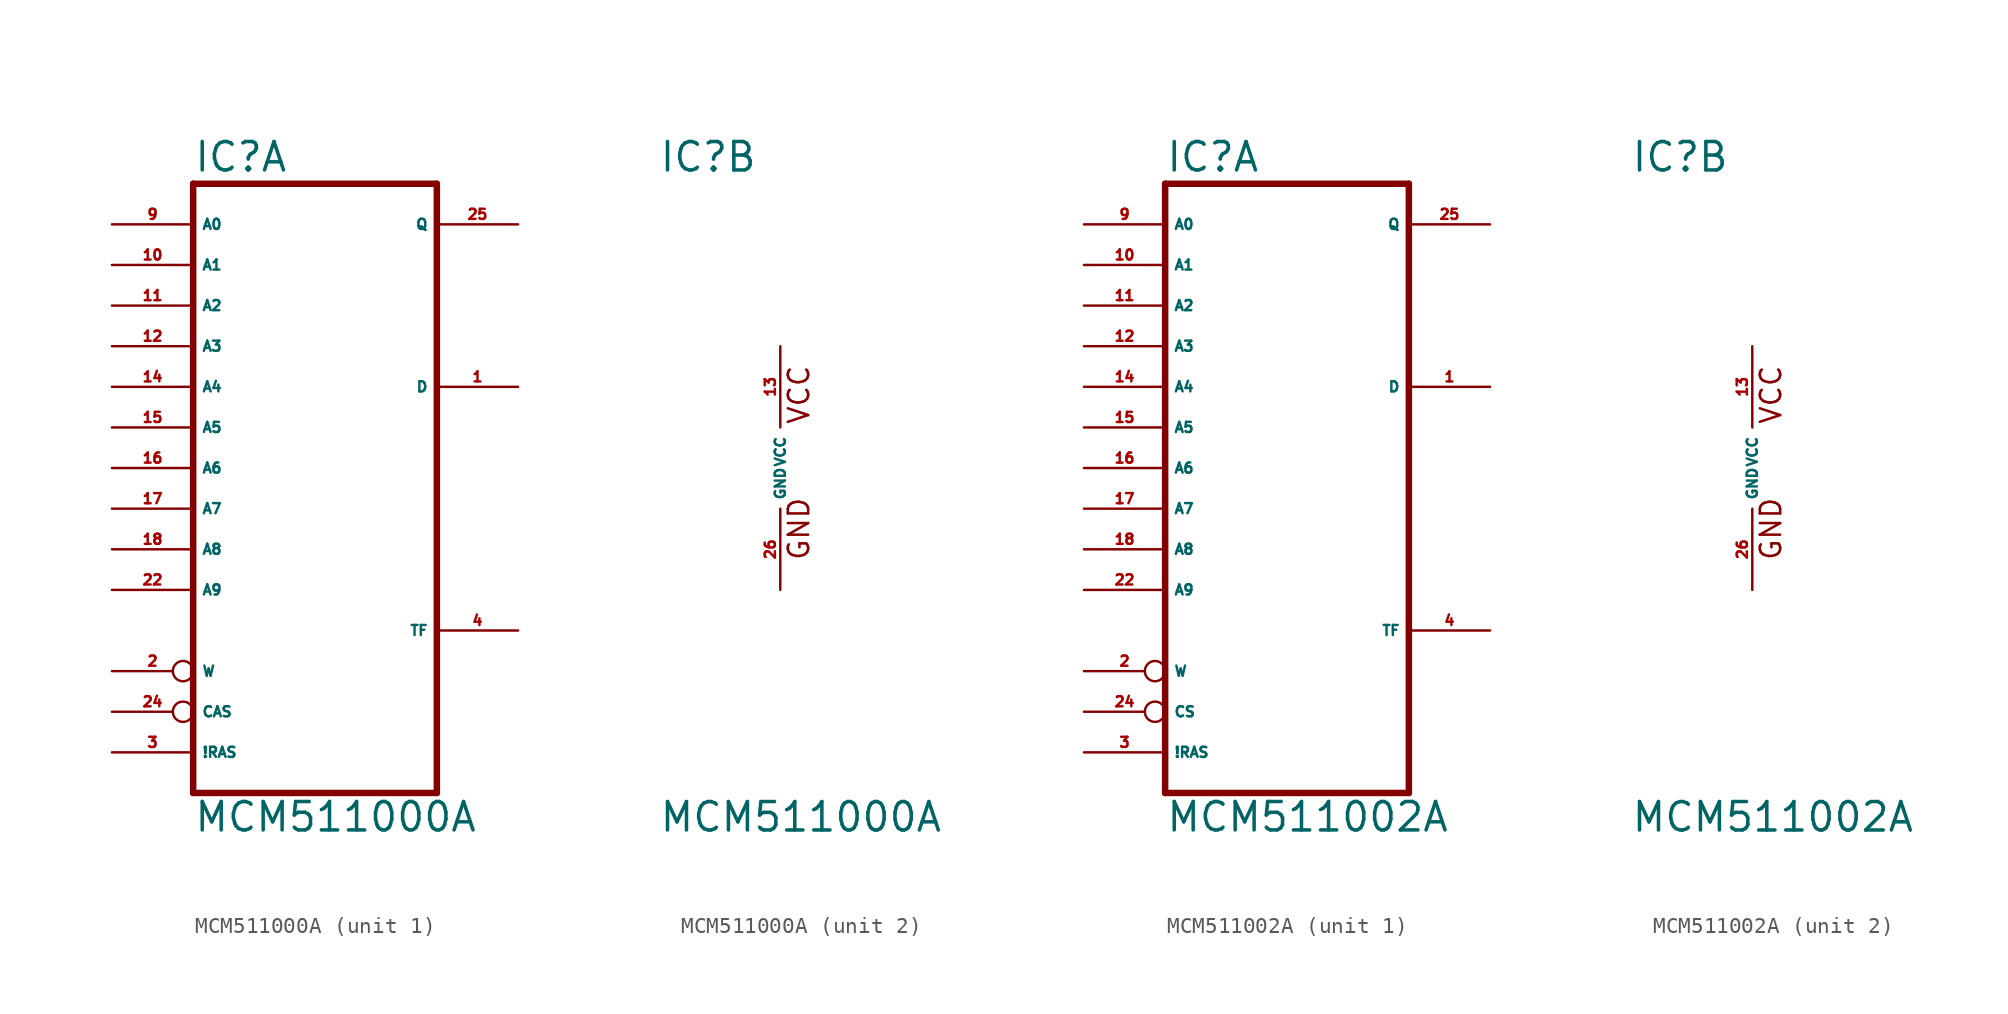
<source format=kicad_sym>
(kicad_symbol_lib
  (version 20220914)
  (generator Eagle2Kicad)
  (symbol "MCM511000A"
    (property "Reference" "IC"
      (at -7.62 18.415 0)
      (effects (font (size 1.778 1.778) (thickness 0.22)) (justify left bottom)))
    (property "Value" "MCM511000A"
      (at -7.62 -22.86 0)
      (effects (font (size 1.778 1.778) (thickness 0.22)) (justify left bottom)))
    (symbol "MCM511000A_1_0"
      (polyline (pts (xy -7.62 17.78) (xy -7.62 -20.32)) (stroke (width 0.406) (type default)) (fill (type none)))
      (polyline (pts (xy 7.62 -20.32) (xy -7.62 -20.32)) (stroke (width 0.406) (type default)) (fill (type none)))
      (polyline (pts (xy 7.62 -20.32) (xy 7.62 17.78)) (stroke (width 0.406) (type default)) (fill (type none)))
      (polyline (pts (xy -7.62 17.78) (xy 7.62 17.78)) (stroke (width 0.406) (type default)) (fill (type none)))
      (pin input line (at -12.7 15.24 0) (length 5.08) (name "A0" (effects (font (size 0.635 0.635) (thickness 0.08)) (justify left bottom))) (number "9" (effects (font (size 0.635 0.635) (thickness 0.08)) (justify left bottom))))
      (pin input line (at -12.7 12.7 0) (length 5.08) (name "A1" (effects (font (size 0.635 0.635) (thickness 0.08)) (justify left bottom))) (number "10" (effects (font (size 0.635 0.635) (thickness 0.08)) (justify left bottom))))
      (pin input line (at -12.7 10.16 0) (length 5.08) (name "A2" (effects (font (size 0.635 0.635) (thickness 0.08)) (justify left bottom))) (number "11" (effects (font (size 0.635 0.635) (thickness 0.08)) (justify left bottom))))
      (pin input line (at -12.7 7.62 0) (length 5.08) (name "A3" (effects (font (size 0.635 0.635) (thickness 0.08)) (justify left bottom))) (number "12" (effects (font (size 0.635 0.635) (thickness 0.08)) (justify left bottom))))
      (pin input line (at -12.7 5.08 0) (length 5.08) (name "A4" (effects (font (size 0.635 0.635) (thickness 0.08)) (justify left bottom))) (number "14" (effects (font (size 0.635 0.635) (thickness 0.08)) (justify left bottom))))
      (pin input line (at -12.7 2.54 0) (length 5.08) (name "A5" (effects (font (size 0.635 0.635) (thickness 0.08)) (justify left bottom))) (number "15" (effects (font (size 0.635 0.635) (thickness 0.08)) (justify left bottom))))
      (pin input line (at -12.7 0 0) (length 5.08) (name "A6" (effects (font (size 0.635 0.635) (thickness 0.08)) (justify left bottom))) (number "16" (effects (font (size 0.635 0.635) (thickness 0.08)) (justify left bottom))))
      (pin input line (at -12.7 -2.54 0) (length 5.08) (name "A7" (effects (font (size 0.635 0.635) (thickness 0.08)) (justify left bottom))) (number "17" (effects (font (size 0.635 0.635) (thickness 0.08)) (justify left bottom))))
      (pin input line (at -12.7 -5.08 0) (length 5.08) (name "A8" (effects (font (size 0.635 0.635) (thickness 0.08)) (justify left bottom))) (number "18" (effects (font (size 0.635 0.635) (thickness 0.08)) (justify left bottom))))
      (pin input line (at -12.7 -7.62 0) (length 5.08) (name "A9" (effects (font (size 0.635 0.635) (thickness 0.08)) (justify left bottom))) (number "22" (effects (font (size 0.635 0.635) (thickness 0.08)) (justify left bottom))))
      (pin input inverted (at -12.7 -12.7 0) (length 5.08) (name "W" (effects (font (size 0.635 0.635) (thickness 0.08)) (justify left bottom))) (number "2" (effects (font (size 0.635 0.635) (thickness 0.08)) (justify left bottom))))
      (pin input inverted (at -12.7 -15.24 0) (length 5.08) (name "CAS" (effects (font (size 0.635 0.635) (thickness 0.08)) (justify left bottom))) (number "24" (effects (font (size 0.635 0.635) (thickness 0.08)) (justify left bottom))))
      (pin input line (at -12.7 -17.78 0) (length 5.08) (name "!RAS" (effects (font (size 0.635 0.635) (thickness 0.08)) (justify left bottom))) (number "3" (effects (font (size 0.635 0.635) (thickness 0.08)) (justify left bottom))))
      (pin input line (at 12.7 5.08 180) (length 5.08) (name "D" (effects (font (size 0.635 0.635) (thickness 0.08)) (justify left bottom))) (number "1" (effects (font (size 0.635 0.635) (thickness 0.08)) (justify left bottom))))
      (pin tri_state line (at 12.7 15.24 180) (length 5.08) (name "Q" (effects (font (size 0.635 0.635) (thickness 0.08)) (justify left bottom))) (number "25" (effects (font (size 0.635 0.635) (thickness 0.08)) (justify left bottom))))
      (pin input line (at 12.7 -10.16 180) (length 5.08) (name "TF" (effects (font (size 0.635 0.635) (thickness 0.08)) (justify left bottom))) (number "4" (effects (font (size 0.635 0.635) (thickness 0.08)) (justify left bottom)))))
    (symbol "MCM511000A_2_0"
      (text "GND" (at 1.905 -5.842 900) (effects (font (size 1.27 1.27) (thickness 0.16)) (justify left bottom)))
      (text "VCC" (at 1.905 2.667 900) (effects (font (size 1.27 1.27) (thickness 0.16)) (justify left bottom)))
      (pin unspecified line (at 0 -7.62 90) (length 5.08) (name "GND" (effects (font (size 0.635 0.635) (thickness 0.08)) (justify left bottom))) (number "26" (effects (font (size 0.635 0.635) (thickness 0.08)) (justify left bottom))))
      (pin unspecified line (at 0 7.62 270) (length 5.08) (name "VCC" (effects (font (size 0.635 0.635) (thickness 0.08)) (justify left bottom))) (number "13" (effects (font (size 0.635 0.635) (thickness 0.08)) (justify left bottom))))))
  (symbol "MCM511002A"
    (property "Reference" "IC"
      (at -7.62 18.415 0)
      (effects (font (size 1.778 1.778) (thickness 0.22)) (justify left bottom)))
    (property "Value" "MCM511002A"
      (at -7.62 -22.86 0)
      (effects (font (size 1.778 1.778) (thickness 0.22)) (justify left bottom)))
    (symbol "MCM511002A_1_0"
      (polyline (pts (xy -7.62 17.78) (xy -7.62 -20.32)) (stroke (width 0.406) (type default)) (fill (type none)))
      (polyline (pts (xy 7.62 -20.32) (xy -7.62 -20.32)) (stroke (width 0.406) (type default)) (fill (type none)))
      (polyline (pts (xy 7.62 -20.32) (xy 7.62 17.78)) (stroke (width 0.406) (type default)) (fill (type none)))
      (polyline (pts (xy -7.62 17.78) (xy 7.62 17.78)) (stroke (width 0.406) (type default)) (fill (type none)))
      (pin input line (at -12.7 15.24 0) (length 5.08) (name "A0" (effects (font (size 0.635 0.635) (thickness 0.08)) (justify left bottom))) (number "9" (effects (font (size 0.635 0.635) (thickness 0.08)) (justify left bottom))))
      (pin input line (at -12.7 12.7 0) (length 5.08) (name "A1" (effects (font (size 0.635 0.635) (thickness 0.08)) (justify left bottom))) (number "10" (effects (font (size 0.635 0.635) (thickness 0.08)) (justify left bottom))))
      (pin input line (at -12.7 10.16 0) (length 5.08) (name "A2" (effects (font (size 0.635 0.635) (thickness 0.08)) (justify left bottom))) (number "11" (effects (font (size 0.635 0.635) (thickness 0.08)) (justify left bottom))))
      (pin input line (at -12.7 7.62 0) (length 5.08) (name "A3" (effects (font (size 0.635 0.635) (thickness 0.08)) (justify left bottom))) (number "12" (effects (font (size 0.635 0.635) (thickness 0.08)) (justify left bottom))))
      (pin input line (at -12.7 5.08 0) (length 5.08) (name "A4" (effects (font (size 0.635 0.635) (thickness 0.08)) (justify left bottom))) (number "14" (effects (font (size 0.635 0.635) (thickness 0.08)) (justify left bottom))))
      (pin input line (at -12.7 2.54 0) (length 5.08) (name "A5" (effects (font (size 0.635 0.635) (thickness 0.08)) (justify left bottom))) (number "15" (effects (font (size 0.635 0.635) (thickness 0.08)) (justify left bottom))))
      (pin input line (at -12.7 0 0) (length 5.08) (name "A6" (effects (font (size 0.635 0.635) (thickness 0.08)) (justify left bottom))) (number "16" (effects (font (size 0.635 0.635) (thickness 0.08)) (justify left bottom))))
      (pin input line (at -12.7 -2.54 0) (length 5.08) (name "A7" (effects (font (size 0.635 0.635) (thickness 0.08)) (justify left bottom))) (number "17" (effects (font (size 0.635 0.635) (thickness 0.08)) (justify left bottom))))
      (pin input line (at -12.7 -5.08 0) (length 5.08) (name "A8" (effects (font (size 0.635 0.635) (thickness 0.08)) (justify left bottom))) (number "18" (effects (font (size 0.635 0.635) (thickness 0.08)) (justify left bottom))))
      (pin input line (at -12.7 -7.62 0) (length 5.08) (name "A9" (effects (font (size 0.635 0.635) (thickness 0.08)) (justify left bottom))) (number "22" (effects (font (size 0.635 0.635) (thickness 0.08)) (justify left bottom))))
      (pin input inverted (at -12.7 -12.7 0) (length 5.08) (name "W" (effects (font (size 0.635 0.635) (thickness 0.08)) (justify left bottom))) (number "2" (effects (font (size 0.635 0.635) (thickness 0.08)) (justify left bottom))))
      (pin input inverted (at -12.7 -15.24 0) (length 5.08) (name "CS" (effects (font (size 0.635 0.635) (thickness 0.08)) (justify left bottom))) (number "24" (effects (font (size 0.635 0.635) (thickness 0.08)) (justify left bottom))))
      (pin input line (at -12.7 -17.78 0) (length 5.08) (name "!RAS" (effects (font (size 0.635 0.635) (thickness 0.08)) (justify left bottom))) (number "3" (effects (font (size 0.635 0.635) (thickness 0.08)) (justify left bottom))))
      (pin input line (at 12.7 5.08 180) (length 5.08) (name "D" (effects (font (size 0.635 0.635) (thickness 0.08)) (justify left bottom))) (number "1" (effects (font (size 0.635 0.635) (thickness 0.08)) (justify left bottom))))
      (pin tri_state line (at 12.7 15.24 180) (length 5.08) (name "Q" (effects (font (size 0.635 0.635) (thickness 0.08)) (justify left bottom))) (number "25" (effects (font (size 0.635 0.635) (thickness 0.08)) (justify left bottom))))
      (pin input line (at 12.7 -10.16 180) (length 5.08) (name "TF" (effects (font (size 0.635 0.635) (thickness 0.08)) (justify left bottom))) (number "4" (effects (font (size 0.635 0.635) (thickness 0.08)) (justify left bottom)))))
    (symbol "MCM511002A_2_0"
      (text "GND" (at 1.905 -5.842 900) (effects (font (size 1.27 1.27) (thickness 0.16)) (justify left bottom)))
      (text "VCC" (at 1.905 2.667 900) (effects (font (size 1.27 1.27) (thickness 0.16)) (justify left bottom)))
      (pin unspecified line (at 0 -7.62 90) (length 5.08) (name "GND" (effects (font (size 0.635 0.635) (thickness 0.08)) (justify left bottom))) (number "26" (effects (font (size 0.635 0.635) (thickness 0.08)) (justify left bottom))))
      (pin unspecified line (at 0 7.62 270) (length 5.08) (name "VCC" (effects (font (size 0.635 0.635) (thickness 0.08)) (justify left bottom))) (number "13" (effects (font (size 0.635 0.635) (thickness 0.08)) (justify left bottom)))))))
</source>
